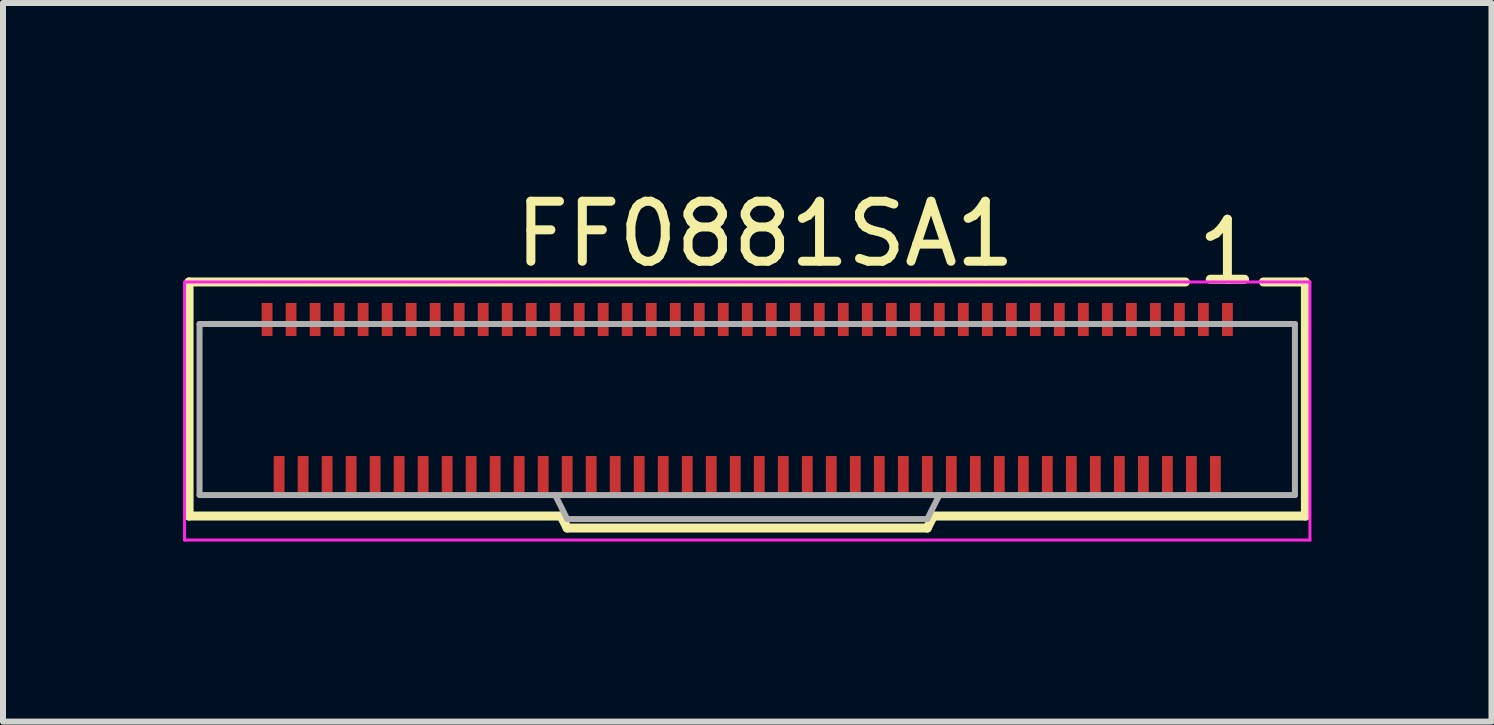
<source format=kicad_pcb>
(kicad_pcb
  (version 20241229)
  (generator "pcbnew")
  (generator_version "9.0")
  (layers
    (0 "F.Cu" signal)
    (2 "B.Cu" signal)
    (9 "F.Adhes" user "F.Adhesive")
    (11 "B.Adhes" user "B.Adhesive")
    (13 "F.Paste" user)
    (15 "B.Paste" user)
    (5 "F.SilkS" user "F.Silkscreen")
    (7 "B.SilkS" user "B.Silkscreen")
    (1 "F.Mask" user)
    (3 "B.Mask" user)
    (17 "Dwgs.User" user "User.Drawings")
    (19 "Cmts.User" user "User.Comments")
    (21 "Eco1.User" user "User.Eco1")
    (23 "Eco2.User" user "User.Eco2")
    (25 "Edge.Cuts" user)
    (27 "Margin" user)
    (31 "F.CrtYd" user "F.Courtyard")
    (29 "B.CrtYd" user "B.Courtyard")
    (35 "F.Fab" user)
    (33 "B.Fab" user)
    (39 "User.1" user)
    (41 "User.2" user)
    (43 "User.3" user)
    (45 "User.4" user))
  (footprint "FF0881SA1"
    (layer "F.Cu")
    (at 9.4 3.548)
    (property "Reference" "FF0881SA1" (at 0.3 -2.7 0) (layer "F.SilkS") (effects (font (size 1 1) (thickness 0.15))))
    (attr through_hole)
    (fp_line (start -9.3 -1.9) (end 7.3 -1.9) (stroke (width 0.15) (type solid)) (layer "F.SilkS"))
    (fp_line (start -9.3 2) (end -9.3 -1.9) (stroke (width 0.15) (type solid)) (layer "F.SilkS"))
    (fp_line (start -3.1 2) (end -9.3 2) (stroke (width 0.15) (type solid)) (layer "F.SilkS"))
    (fp_line (start -3 2.2) (end -3.1 2) (stroke (width 0.15) (type solid)) (layer "F.SilkS"))
    (fp_line (start 3 2.2) (end -3 2.2) (stroke (width 0.15) (type solid)) (layer "F.SilkS"))
    (fp_line (start 3.1 2) (end 3 2.2) (stroke (width 0.15) (type solid)) (layer "F.SilkS"))
    (fp_line (start 9.3 -1.9) (end 8.6 -1.9) (stroke (width 0.15) (type solid)) (layer "F.SilkS"))
    (fp_line (start 9.3 -1.9) (end 9.3 2) (stroke (width 0.15) (type solid)) (layer "F.SilkS"))
    (fp_line (start 9.3 2) (end 3.1 2) (stroke (width 0.15) (type solid)) (layer "F.SilkS"))
    (fp_line (start -9.375 -1.9) (end 9.375 -1.9) (stroke (width 0.05) (type solid)) (layer "F.CrtYd"))
    (fp_line (start -9.375 2.4) (end -9.375 -1.9) (stroke (width 0.05) (type solid)) (layer "F.CrtYd"))
    (fp_line (start 9.375 -1.9) (end 9.375 2.4) (stroke (width 0.05) (type solid)) (layer "F.CrtYd"))
    (fp_line (start 9.375 2.4) (end -9.375 2.4) (stroke (width 0.05) (type solid)) (layer "F.CrtYd"))
    (fp_line (start -9.125 -1.2) (end -9.125 1.65) (stroke (width 0.1) (type solid)) (layer "F.Fab"))
    (fp_line (start -9.125 -1.2) (end 9.125 -1.2) (stroke (width 0.1) (type solid)) (layer "F.Fab"))
    (fp_line (start -9.125 1.65) (end 9.125 1.65) (stroke (width 0.1) (type solid)) (layer "F.Fab"))
    (fp_line (start -3 2.05) (end -3.2 1.65) (stroke (width 0.1) (type solid)) (layer "F.Fab"))
    (fp_line (start -3 2.05) (end 3 2.05) (stroke (width 0.1) (type solid)) (layer "F.Fab"))
    (fp_line (start 3 2.05) (end 3.2 1.65) (stroke (width 0.1) (type solid)) (layer "F.Fab"))
    (fp_line (start 9.125 -1.2) (end 9.125 1.65) (stroke (width 0.1) (type solid)) (layer "F.Fab"))
    (fp_text user "1" (at 8 -2.4 0) (layer "F.SilkS") (effects (font (size 1 1) (thickness 0.15))))
    (pad "1" smd rect (at 8 -1.275) (size 0.18 0.55) (layers "F.Cu" "F.Mask" "F.Paste"))
    (pad "2" smd rect (at 7.8 1.35) (size 0.18 0.7) (layers "F.Cu" "F.Mask" "F.Paste"))
    (pad "3" smd rect (at 7.6 -1.275) (size 0.18 0.55) (layers "F.Cu" "F.Mask" "F.Paste"))
    (pad "4" smd rect (at 7.4 1.35) (size 0.18 0.7) (layers "F.Cu" "F.Mask" "F.Paste"))
    (pad "5" smd rect (at 7.2 -1.275) (size 0.18 0.55) (layers "F.Cu" "F.Mask" "F.Paste"))
    (pad "6" smd rect (at 7 1.35) (size 0.18 0.7) (layers "F.Cu" "F.Mask" "F.Paste"))
    (pad "7" smd rect (at 6.8 -1.275) (size 0.18 0.55) (layers "F.Cu" "F.Mask" "F.Paste"))
    (pad "8" smd rect (at 6.6 1.35) (size 0.18 0.7) (layers "F.Cu" "F.Mask" "F.Paste"))
    (pad "9" smd rect (at 6.4 -1.275) (size 0.18 0.55) (layers "F.Cu" "F.Mask" "F.Paste"))
    (pad "10" smd rect (at 6.2 1.35) (size 0.18 0.7) (layers "F.Cu" "F.Mask" "F.Paste"))
    (pad "11" smd rect (at 6 -1.275) (size 0.18 0.55) (layers "F.Cu" "F.Mask" "F.Paste"))
    (pad "12" smd rect (at 5.8 1.35) (size 0.18 0.7) (layers "F.Cu" "F.Mask" "F.Paste"))
    (pad "13" smd rect (at 5.6 -1.275) (size 0.18 0.55) (layers "F.Cu" "F.Mask" "F.Paste"))
    (pad "14" smd rect (at 5.4 1.35) (size 0.18 0.7) (layers "F.Cu" "F.Mask" "F.Paste"))
    (pad "15" smd rect (at 5.2 -1.275) (size 0.18 0.55) (layers "F.Cu" "F.Mask" "F.Paste"))
    (pad "16" smd rect (at 5 1.35) (size 0.18 0.7) (layers "F.Cu" "F.Mask" "F.Paste"))
    (pad "17" smd rect (at 4.8 -1.275) (size 0.18 0.55) (layers "F.Cu" "F.Mask" "F.Paste"))
    (pad "18" smd rect (at 4.6 1.35) (size 0.18 0.7) (layers "F.Cu" "F.Mask" "F.Paste"))
    (pad "19" smd rect (at 4.4 -1.275) (size 0.18 0.55) (layers "F.Cu" "F.Mask" "F.Paste"))
    (pad "20" smd rect (at 4.2 1.35) (size 0.18 0.7) (layers "F.Cu" "F.Mask" "F.Paste"))
    (pad "21" smd rect (at 4 -1.275) (size 0.18 0.55) (layers "F.Cu" "F.Mask" "F.Paste"))
    (pad "22" smd rect (at 3.8 1.35) (size 0.18 0.7) (layers "F.Cu" "F.Mask" "F.Paste"))
    (pad "23" smd rect (at 3.6 -1.275) (size 0.18 0.55) (layers "F.Cu" "F.Mask" "F.Paste"))
    (pad "24" smd rect (at 3.4 1.35) (size 0.18 0.7) (layers "F.Cu" "F.Mask" "F.Paste"))
    (pad "25" smd rect (at 3.2 -1.275) (size 0.18 0.55) (layers "F.Cu" "F.Mask" "F.Paste"))
    (pad "26" smd rect (at 3 1.35) (size 0.18 0.7) (layers "F.Cu" "F.Mask" "F.Paste"))
    (pad "27" smd rect (at 2.8 -1.275) (size 0.18 0.55) (layers "F.Cu" "F.Mask" "F.Paste"))
    (pad "28" smd rect (at 2.6 1.35) (size 0.18 0.7) (layers "F.Cu" "F.Mask" "F.Paste"))
    (pad "29" smd rect (at 2.4 -1.275) (size 0.18 0.55) (layers "F.Cu" "F.Mask" "F.Paste"))
    (pad "30" smd rect (at 2.2 1.35) (size 0.18 0.7) (layers "F.Cu" "F.Mask" "F.Paste"))
    (pad "31" smd rect (at 2 -1.275) (size 0.18 0.55) (layers "F.Cu" "F.Mask" "F.Paste"))
    (pad "32" smd rect (at 1.8 1.35) (size 0.18 0.7) (layers "F.Cu" "F.Mask" "F.Paste"))
    (pad "33" smd rect (at 1.6 -1.275) (size 0.18 0.55) (layers "F.Cu" "F.Mask" "F.Paste"))
    (pad "34" smd rect (at 1.4 1.35) (size 0.18 0.7) (layers "F.Cu" "F.Mask" "F.Paste"))
    (pad "35" smd rect (at 1.2 -1.275) (size 0.18 0.55) (layers "F.Cu" "F.Mask" "F.Paste"))
    (pad "36" smd rect (at 1 1.35) (size 0.18 0.7) (layers "F.Cu" "F.Mask" "F.Paste"))
    (pad "37" smd rect (at 0.8 -1.275) (size 0.18 0.55) (layers "F.Cu" "F.Mask" "F.Paste"))
    (pad "38" smd rect (at 0.6 1.35) (size 0.18 0.7) (layers "F.Cu" "F.Mask" "F.Paste"))
    (pad "39" smd rect (at 0.4 -1.275) (size 0.18 0.55) (layers "F.Cu" "F.Mask" "F.Paste"))
    (pad "40" smd rect (at 0.2 1.35) (size 0.18 0.7) (layers "F.Cu" "F.Mask" "F.Paste"))
    (pad "41" smd rect (at 0 -1.275) (size 0.18 0.55) (layers "F.Cu" "F.Mask" "F.Paste"))
    (pad "42" smd rect (at -0.2 1.35) (size 0.18 0.7) (layers "F.Cu" "F.Mask" "F.Paste"))
    (pad "43" smd rect (at -0.4 -1.275) (size 0.18 0.55) (layers "F.Cu" "F.Mask" "F.Paste"))
    (pad "44" smd rect (at -0.6 1.35) (size 0.18 0.7) (layers "F.Cu" "F.Mask" "F.Paste"))
    (pad "45" smd rect (at -0.8 -1.275) (size 0.18 0.55) (layers "F.Cu" "F.Mask" "F.Paste"))
    (pad "46" smd rect (at -1 1.35) (size 0.18 0.7) (layers "F.Cu" "F.Mask" "F.Paste"))
    (pad "47" smd rect (at -1.2 -1.275) (size 0.18 0.55) (layers "F.Cu" "F.Mask" "F.Paste"))
    (pad "48" smd rect (at -1.4 1.35) (size 0.18 0.7) (layers "F.Cu" "F.Mask" "F.Paste"))
    (pad "49" smd rect (at -1.6 -1.275) (size 0.18 0.55) (layers "F.Cu" "F.Mask" "F.Paste"))
    (pad "50" smd rect (at -1.8 1.35) (size 0.18 0.7) (layers "F.Cu" "F.Mask" "F.Paste"))
    (pad "51" smd rect (at -2 -1.275) (size 0.18 0.55) (layers "F.Cu" "F.Mask" "F.Paste"))
    (pad "52" smd rect (at -2.2 1.35) (size 0.18 0.7) (layers "F.Cu" "F.Mask" "F.Paste"))
    (pad "53" smd rect (at -2.4 -1.275) (size 0.18 0.55) (layers "F.Cu" "F.Mask" "F.Paste"))
    (pad "54" smd rect (at -2.6 1.35) (size 0.18 0.7) (layers "F.Cu" "F.Mask" "F.Paste"))
    (pad "55" smd rect (at -2.8 -1.275) (size 0.18 0.55) (layers "F.Cu" "F.Mask" "F.Paste"))
    (pad "56" smd rect (at -3 1.35) (size 0.18 0.7) (layers "F.Cu" "F.Mask" "F.Paste"))
    (pad "57" smd rect (at -3.2 -1.275) (size 0.18 0.55) (layers "F.Cu" "F.Mask" "F.Paste"))
    (pad "58" smd rect (at -3.4 1.35) (size 0.18 0.7) (layers "F.Cu" "F.Mask" "F.Paste"))
    (pad "59" smd rect (at -3.6 -1.275) (size 0.18 0.55) (layers "F.Cu" "F.Mask" "F.Paste"))
    (pad "60" smd rect (at -3.8 1.35) (size 0.18 0.7) (layers "F.Cu" "F.Mask" "F.Paste"))
    (pad "61" smd rect (at -4 -1.275) (size 0.18 0.55) (layers "F.Cu" "F.Mask" "F.Paste"))
    (pad "62" smd rect (at -4.2 1.35) (size 0.18 0.7) (layers "F.Cu" "F.Mask" "F.Paste"))
    (pad "63" smd rect (at -4.4 -1.275) (size 0.18 0.55) (layers "F.Cu" "F.Mask" "F.Paste"))
    (pad "64" smd rect (at -4.6 1.35) (size 0.18 0.7) (layers "F.Cu" "F.Mask" "F.Paste"))
    (pad "65" smd rect (at -4.8 -1.275) (size 0.18 0.55) (layers "F.Cu" "F.Mask" "F.Paste"))
    (pad "66" smd rect (at -5 1.35) (size 0.18 0.7) (layers "F.Cu" "F.Mask" "F.Paste"))
    (pad "67" smd rect (at -5.2 -1.275) (size 0.18 0.55) (layers "F.Cu" "F.Mask" "F.Paste"))
    (pad "68" smd rect (at -5.4 1.35) (size 0.18 0.7) (layers "F.Cu" "F.Mask" "F.Paste"))
    (pad "69" smd rect (at -5.6 -1.275) (size 0.18 0.55) (layers "F.Cu" "F.Mask" "F.Paste"))
    (pad "70" smd rect (at -5.8 1.35) (size 0.18 0.7) (layers "F.Cu" "F.Mask" "F.Paste"))
    (pad "71" smd rect (at -6 -1.275) (size 0.18 0.55) (layers "F.Cu" "F.Mask" "F.Paste"))
    (pad "72" smd rect (at -6.2 1.35) (size 0.18 0.7) (layers "F.Cu" "F.Mask" "F.Paste"))
    (pad "73" smd rect (at -6.4 -1.275) (size 0.18 0.55) (layers "F.Cu" "F.Mask" "F.Paste"))
    (pad "74" smd rect (at -6.6 1.35) (size 0.18 0.7) (layers "F.Cu" "F.Mask" "F.Paste"))
    (pad "75" smd rect (at -6.8 -1.275) (size 0.18 0.55) (layers "F.Cu" "F.Mask" "F.Paste"))
    (pad "76" smd rect (at -7 1.35) (size 0.18 0.7) (layers "F.Cu" "F.Mask" "F.Paste"))
    (pad "77" smd rect (at -7.2 -1.275) (size 0.18 0.55) (layers "F.Cu" "F.Mask" "F.Paste"))
    (pad "78" smd rect (at -7.4 1.35) (size 0.18 0.7) (layers "F.Cu" "F.Mask" "F.Paste"))
    (pad "79" smd rect (at -7.6 -1.275) (size 0.18 0.55) (layers "F.Cu" "F.Mask" "F.Paste"))
    (pad "80" smd rect (at -7.8 1.35) (size 0.18 0.7) (layers "F.Cu" "F.Mask" "F.Paste"))
    (pad "81" smd rect (at -8 -1.275) (size 0.18 0.55) (layers "F.Cu" "F.Mask" "F.Paste")))
  (gr_rect
    (start -3 -3)
    (end 21.8 8.973)
    (stroke (width 0.1) (type default))
    (fill no)
    (layer "Edge.Cuts")))
</source>
